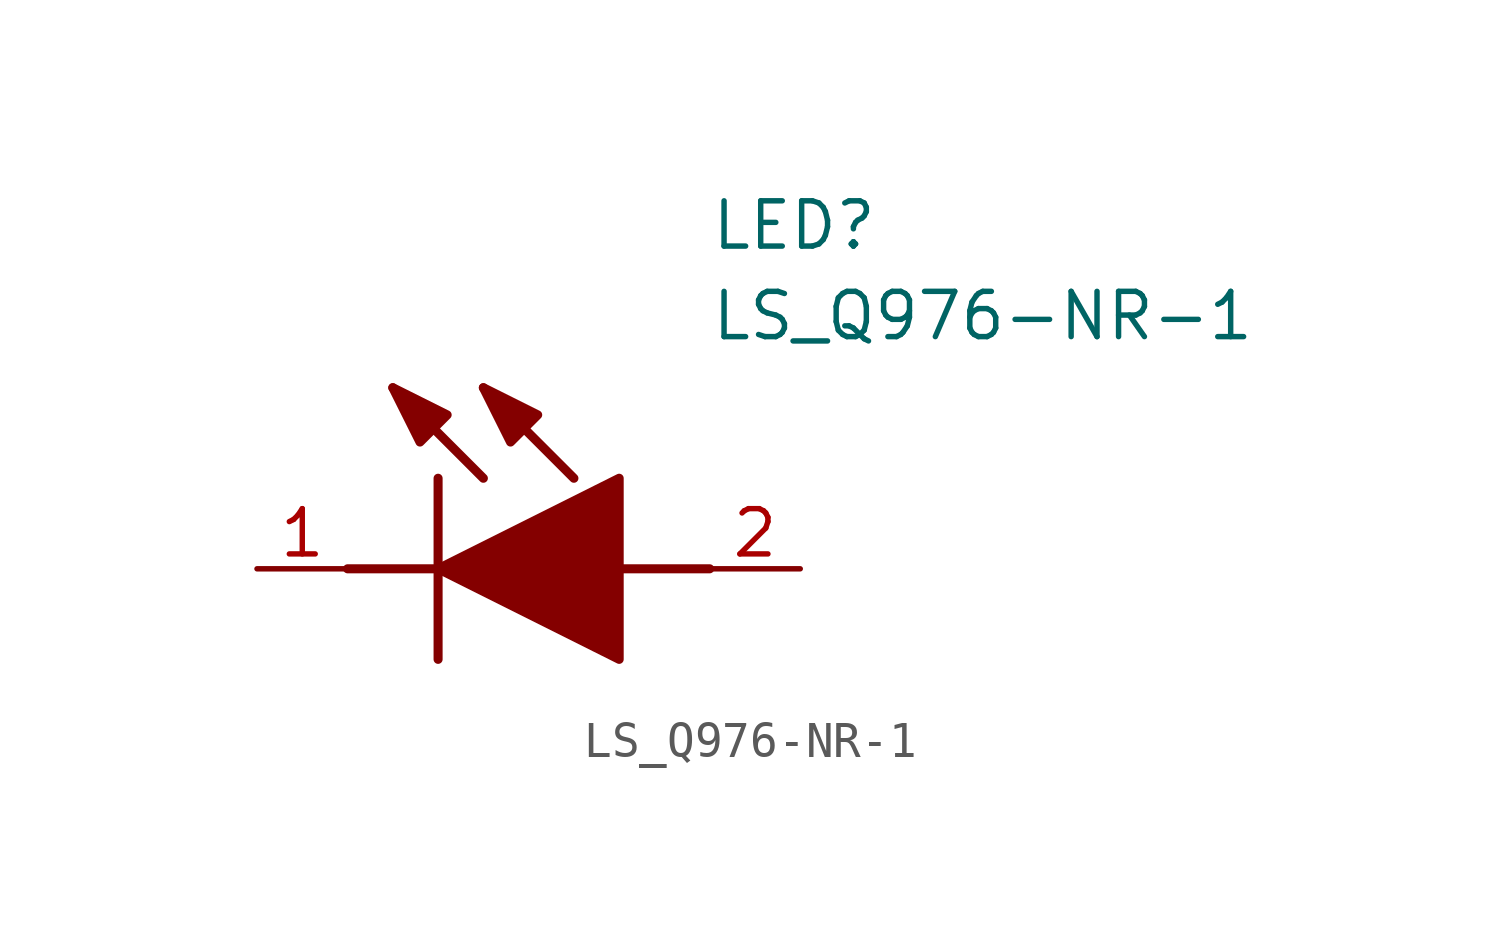
<source format=kicad_sym>
(kicad_symbol_lib
  (version 20211014)
  (generator SamacSys_ECAD_Model)
  (symbol "LS_Q976-NR-1"
    (pin_names hide)
    (property "Reference" "LED"
      (at 12.7 8.89 0)
      (effects (font (size 1.27 1.27)) (justify left bottom)))
    (property "Value" "LS_Q976-NR-1"
      (at 12.7 6.35 0)
      (effects (font (size 1.27 1.27)) (justify left bottom)))
    (polyline
      (pts (xy 5.08 2.54) (xy 5.08 -2.54))
      (stroke (width 0.254) (type default))
      (fill (type none)))
    (polyline
      (pts (xy 6.35 2.54) (xy 3.81 5.08))
      (stroke (width 0.254) (type default))
      (fill (type none)))
    (polyline
      (pts (xy 8.89 2.54) (xy 6.35 5.08))
      (stroke (width 0.254) (type default))
      (fill (type none)))
    (polyline
      (pts (xy 2.54 0) (xy 5.08 0))
      (stroke (width 0.254) (type default))
      (fill (type none)))
    (polyline
      (pts (xy 10.16 0) (xy 12.7 0))
      (stroke (width 0.254) (type default))
      (fill (type none)))
    (polyline
      (pts (xy 5.08 0) (xy 10.16 2.54) (xy 10.16 -2.54) (xy 5.08 0))
      (stroke (width 0.254) (type default))
      (fill (type outline)))
    (polyline
      (pts (xy 5.334 4.318) (xy 4.572 3.556) (xy 3.81 5.08) (xy 5.334 4.318))
      (stroke (width 0.254) (type default))
      (fill (type outline)))
    (polyline
      (pts (xy 7.874 4.318) (xy 7.112 3.556) (xy 6.35 5.08) (xy 7.874 4.318))
      (stroke (width 0.254) (type default))
      (fill (type outline)))
    (pin passive line
      (at 0 0 0)
      (length 2.54)
      (name "K" (effects (font (size 1.27 1.27))))
      (number "1" (effects (font (size 1.27 1.27)))))
    (pin passive line
      (at 15.24 0 180)
      (length 2.54)
      (name "A" (effects (font (size 1.27 1.27))))
      (number "2" (effects (font (size 1.27 1.27)))))))
</source>
